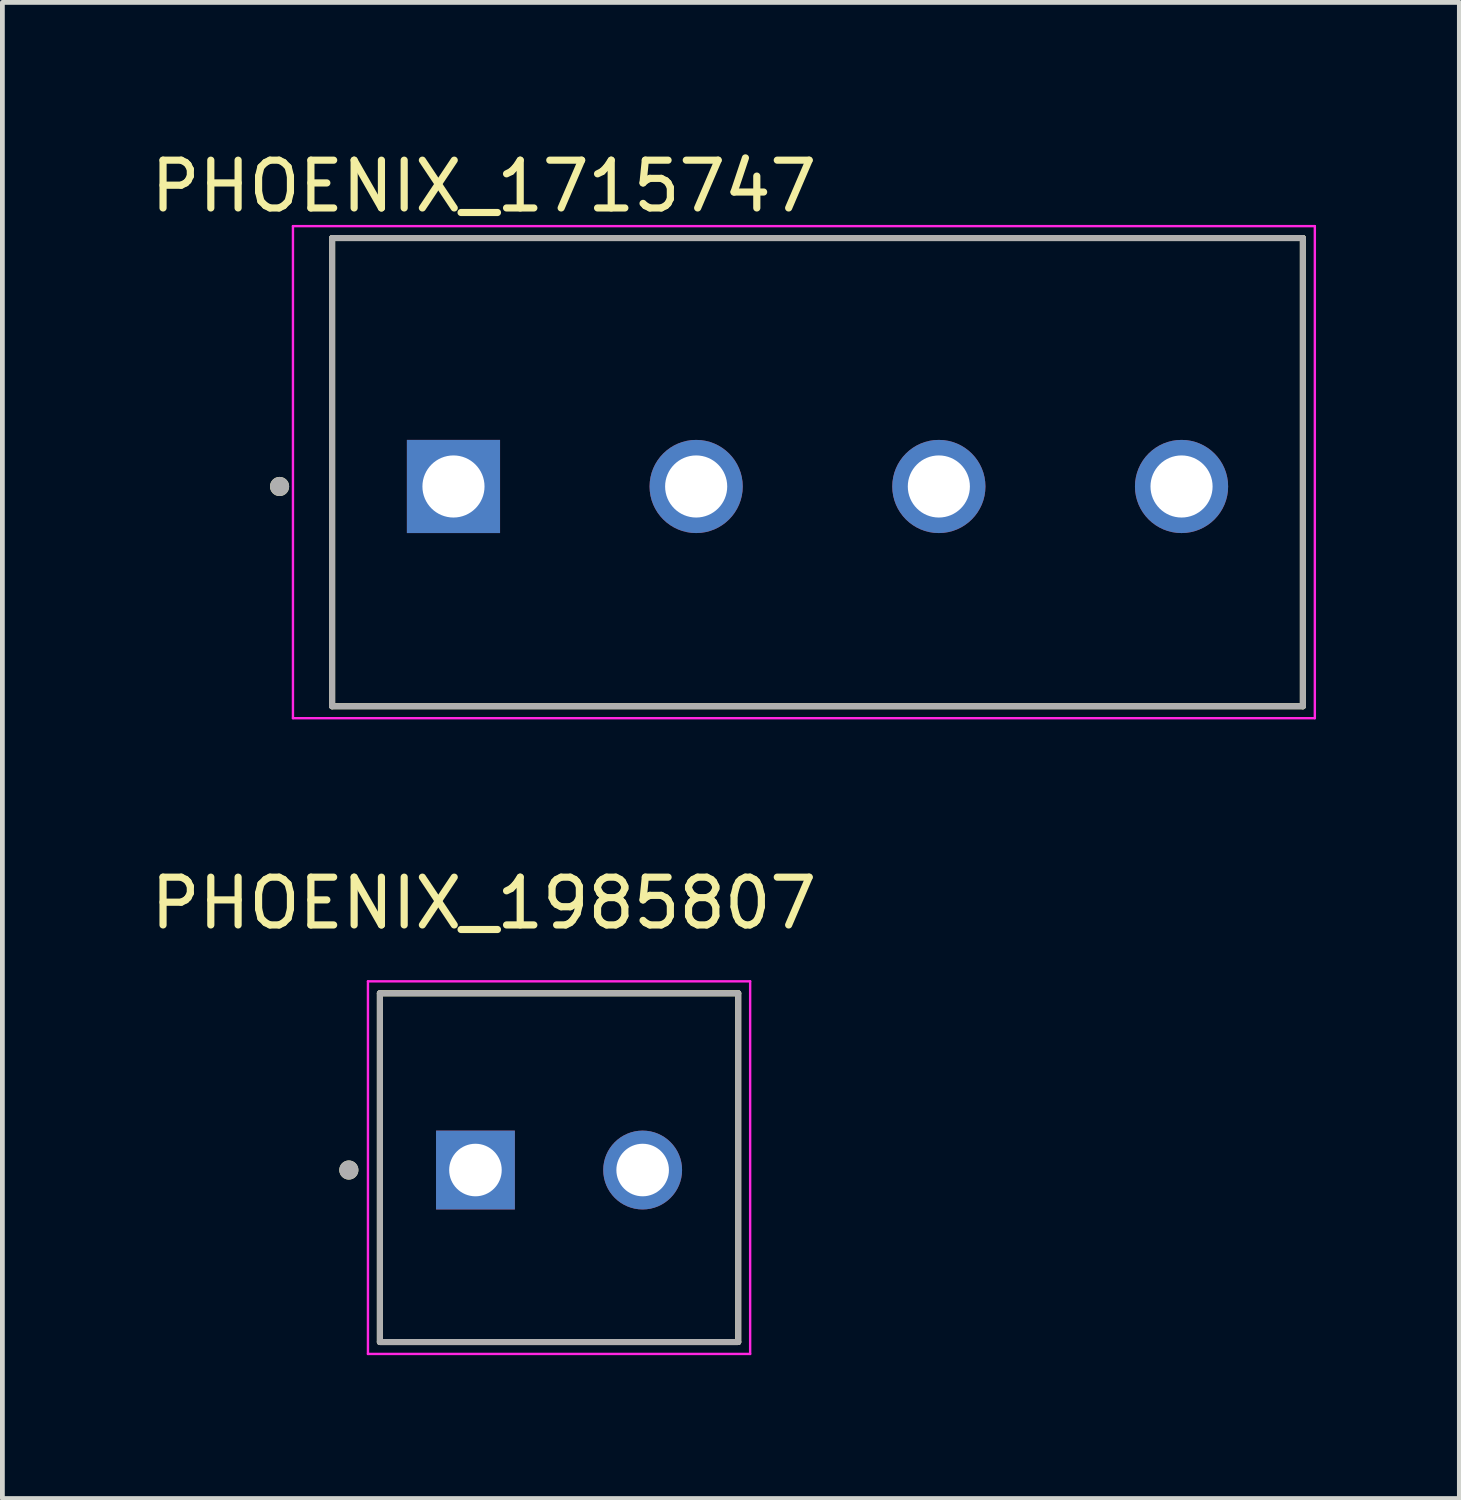
<source format=kicad_pcb>
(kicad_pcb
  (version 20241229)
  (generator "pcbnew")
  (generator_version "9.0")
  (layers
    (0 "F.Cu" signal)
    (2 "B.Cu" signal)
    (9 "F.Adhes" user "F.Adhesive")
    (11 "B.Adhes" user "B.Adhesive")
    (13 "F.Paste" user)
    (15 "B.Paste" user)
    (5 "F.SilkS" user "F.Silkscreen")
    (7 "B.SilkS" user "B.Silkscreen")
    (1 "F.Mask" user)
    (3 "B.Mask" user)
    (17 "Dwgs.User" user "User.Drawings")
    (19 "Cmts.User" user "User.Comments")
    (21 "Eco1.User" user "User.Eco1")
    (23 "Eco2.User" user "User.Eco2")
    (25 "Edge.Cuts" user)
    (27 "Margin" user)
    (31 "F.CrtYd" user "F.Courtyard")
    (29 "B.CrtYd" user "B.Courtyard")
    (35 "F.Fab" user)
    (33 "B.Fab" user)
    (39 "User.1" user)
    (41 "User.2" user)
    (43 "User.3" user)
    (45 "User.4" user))
  (footprint "PHOENIX_1715747"
    (layer "F.Cu")
    (at 3.902 11.733)
    (property "Reference" "PHOENIX_1715747" (at 3.175 -10.885 0) (layer "F.SilkS") (effects (font (size 1 1) (thickness 0.15))))
    (attr through_hole)
    (fp_line (start 0 -9.8) (end 0 0) (stroke (width 0.127) (type solid)) (layer "F.SilkS"))
    (fp_line (start 0 0) (end 20.32 0) (stroke (width 0.127) (type solid)) (layer "F.SilkS"))
    (fp_line (start 20.32 -9.8) (end 0 -9.8) (stroke (width 0.127) (type solid)) (layer "F.SilkS"))
    (fp_line (start 20.32 0) (end 20.32 -9.8) (stroke (width 0.127) (type solid)) (layer "F.SilkS"))
    (fp_circle (center -1.1 -4.6) (end -1 -4.6) (stroke (width 0.2) (type solid)) (fill no) (layer "F.SilkS"))
    (fp_line (start -0.82 -10.05) (end -0.82 0.25) (stroke (width 0.05) (type solid)) (layer "F.CrtYd"))
    (fp_line (start -0.82 0.25) (end 20.57 0.25) (stroke (width 0.05) (type solid)) (layer "F.CrtYd"))
    (fp_line (start 20.57 -10.05) (end -0.82 -10.05) (stroke (width 0.05) (type solid)) (layer "F.CrtYd"))
    (fp_line (start 20.57 0.25) (end 20.57 -10.05) (stroke (width 0.05) (type solid)) (layer "F.CrtYd"))
    (fp_line (start 0 -9.8) (end 0 0) (stroke (width 0.127) (type solid)) (layer "F.Fab"))
    (fp_line (start 0 0) (end 20.32 0) (stroke (width 0.127) (type solid)) (layer "F.Fab"))
    (fp_line (start 20.32 -9.8) (end 0 -9.8) (stroke (width 0.127) (type solid)) (layer "F.Fab"))
    (fp_line (start 20.32 0) (end 20.32 -9.8) (stroke (width 0.127) (type solid)) (layer "F.Fab"))
    (fp_circle (center -1.1 -4.6) (end -1 -4.6) (stroke (width 0.2) (type solid)) (fill no) (layer "F.Fab"))
    (pad "1" thru_hole rect (at 2.54 -4.6) (size 1.95 1.95) (drill 1.3) (layers "*.Cu" "*.Mask"))
    (pad "2" thru_hole circle (at 7.62 -4.6) (size 1.95 1.95) (drill 1.3) (layers "*.Cu" "*.Mask"))
    (pad "3" thru_hole circle (at 12.7 -4.6) (size 1.95 1.95) (drill 1.3) (layers "*.Cu" "*.Mask"))
    (pad "4" thru_hole circle (at 17.78 -4.6) (size 1.95 1.95) (drill 1.3) (layers "*.Cu" "*.Mask")))
  (footprint "PHOENIX_1985807"
    (layer "F.Cu")
    (at 4.902 25.041)
    (property "Reference" "PHOENIX_1985807" (at 2.175 -9.185 0) (layer "F.SilkS") (effects (font (size 1 1) (thickness 0.15))))
    (attr through_hole)
    (fp_line (start 0 0) (end 0 -7.3) (stroke (width 0.127) (type solid)) (layer "F.SilkS"))
    (fp_line (start 7.5 -7.3) (end 0 -7.3) (stroke (width 0.127) (type solid)) (layer "F.SilkS"))
    (fp_line (start 7.5 -7.3) (end 7.5 0) (stroke (width 0.127) (type solid)) (layer "F.SilkS"))
    (fp_line (start 7.5 0) (end 0 0) (stroke (width 0.127) (type solid)) (layer "F.SilkS"))
    (fp_circle (center -0.65 -3.6) (end -0.55 -3.6) (stroke (width 0.2) (type solid)) (fill no) (layer "F.SilkS"))
    (fp_line (start -0.25 -7.55) (end 7.75 -7.55) (stroke (width 0.05) (type solid)) (layer "F.CrtYd"))
    (fp_line (start -0.25 0.25) (end -0.25 -7.55) (stroke (width 0.05) (type solid)) (layer "F.CrtYd"))
    (fp_line (start 7.75 -7.55) (end 7.75 0.25) (stroke (width 0.05) (type solid)) (layer "F.CrtYd"))
    (fp_line (start 7.75 0.25) (end -0.25 0.25) (stroke (width 0.05) (type solid)) (layer "F.CrtYd"))
    (fp_line (start 0 -7.3) (end 7.5 -7.3) (stroke (width 0.127) (type solid)) (layer "F.Fab"))
    (fp_line (start 0 0) (end 0 -7.3) (stroke (width 0.127) (type solid)) (layer "F.Fab"))
    (fp_line (start 7.5 -7.3) (end 7.5 0) (stroke (width 0.127) (type solid)) (layer "F.Fab"))
    (fp_line (start 7.5 0) (end 0 0) (stroke (width 0.127) (type solid)) (layer "F.Fab"))
    (fp_circle (center -0.65 -3.6) (end -0.55 -3.6) (stroke (width 0.2) (type solid)) (fill no) (layer "F.Fab"))
    (pad "1" thru_hole rect (at 2 -3.6) (size 1.65 1.65) (drill 1.1) (layers "*.Cu" "*.Mask"))
    (pad "2" thru_hole circle (at 5.5 -3.6) (size 1.65 1.65) (drill 1.1) (layers "*.Cu" "*.Mask")))
  (gr_rect
    (start -3 -3)
    (end 27.497 28.317)
    (stroke (width 0.1) (type default))
    (fill no)
    (layer "Edge.Cuts")))
</source>
